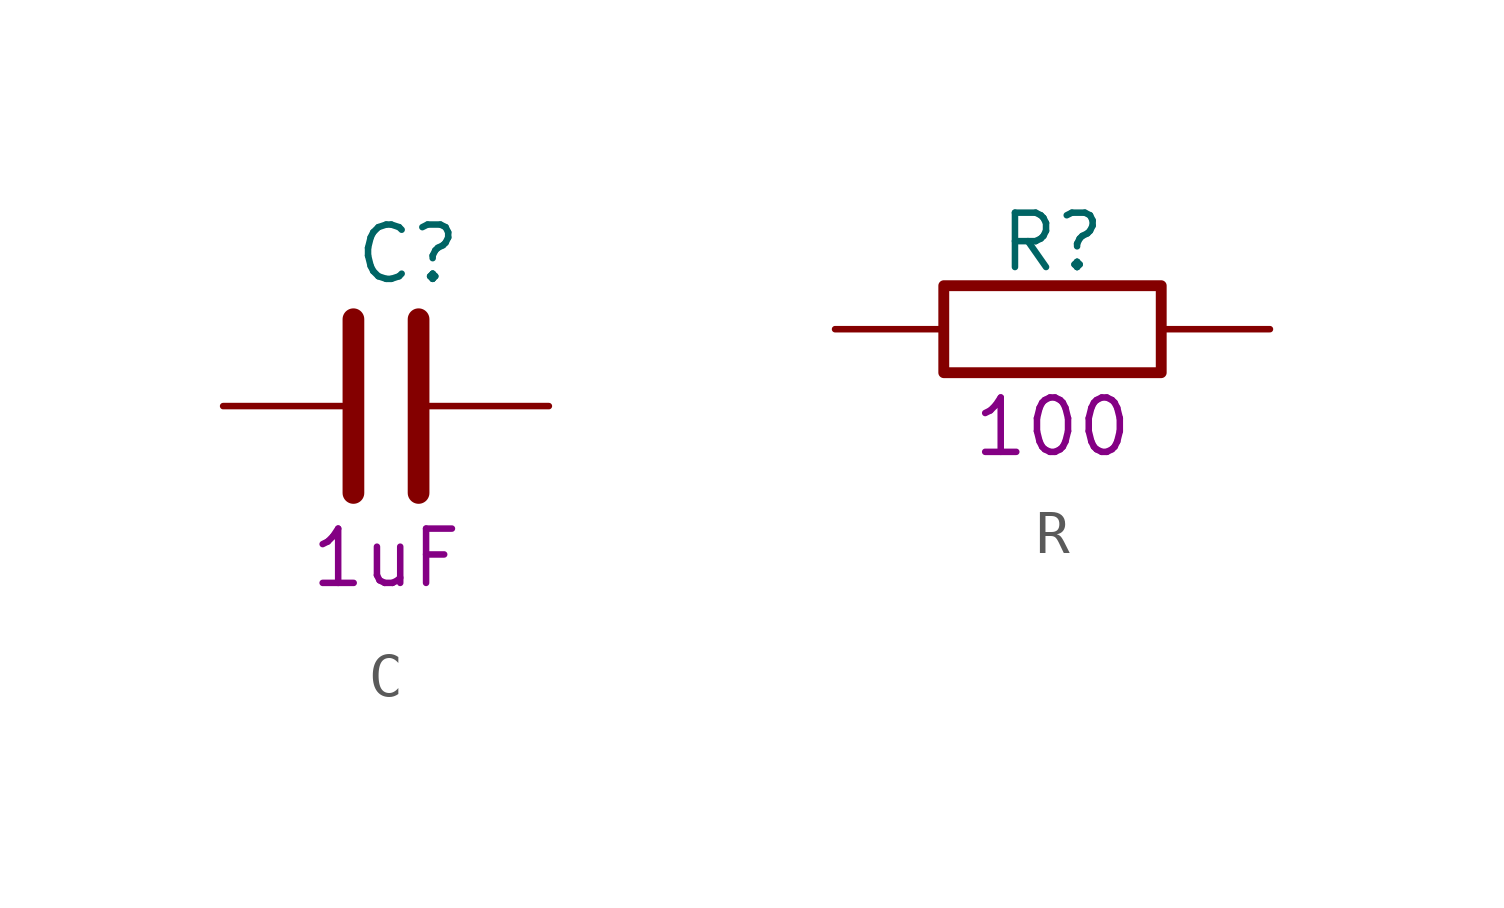
<source format=kicad_sym>
(kicad_symbol_lib
  (version 20241209)
  (generator "kicad_symbol_editor")
  (generator_version "9.0")
  (symbol "C"
    (pin_numbers
      (hide yes))
    (pin_names
      (offset 0.254))
    (property "Reference" "C"
      (at -0.762 3.556 0)
      (effects (font (size 1.27 1.27)) (justify left)))
    (property "C_VALUE" "1uF"
      (at 0 -3.556 0)
      (effects (font (size 1.27 1.27))))
    (property "C_TC1" "0.0"
      (at -5.334 -8.382 0)
      (show_name)
      (effects (font (size 1.27 1.27)) (justify left) (hide yes)))
    (property "C_TC2" "0.0"
      (at -5.334 -10.922 0)
      (show_name)
      (effects (font (size 1.27 1.27)) (justify left) (hide yes)))
    (property "C_IC" "0.0"
      (at -4.064 -5.842 0)
      (show_name)
      (effects (font (size 1.27 1.27)) (justify left) (hide yes)))
    (symbol "C_0_1"
      (polyline (pts (xy -0.762 -2.032) (xy -0.762 2.032)) (stroke (width 0.508) (type default)) (fill (type none)))
      (polyline (pts (xy 0.762 -2.032) (xy 0.762 2.032)) (stroke (width 0.508) (type default)) (fill (type none))))
    (symbol "C_1_1"
      (pin passive line (at -3.81 0 0) (length 2.794) (name "~" (effects (font (size 1.27 1.27)))) (number "1" (effects (font (size 1.27 1.27)))))
      (pin passive line (at 3.81 0 180) (length 2.794) (name "~" (effects (font (size 1.27 1.27)))) (number "2" (effects (font (size 1.27 1.27)))))))
  (symbol "R"
    (pin_numbers
      (hide yes))
    (pin_names
      (offset 0))
    (property "Reference" "R"
      (at 1.27 2.032 0)
      (do_not_autoplace)
      (effects (font (size 1.27 1.27))))
    (property "R_VALUE" "100"
      (at 1.27 -2.286 0)
      (do_not_autoplace)
      (effects (font (size 1.27 1.27))))
    (property "R_TC1" "0.0"
      (at 1.27 -4.826 0)
      (show_name)
      (do_not_autoplace)
      (effects (font (size 1.27 1.27)) (hide yes)))
    (property "R_TC2" "0.0"
      (at 1.27 -7.62 0)
      (show_name)
      (do_not_autoplace)
      (effects (font (size 1.27 1.27)) (hide yes)))
    (symbol "R_0_1"
      (rectangle (start 3.81 -1.016) (end -1.27 1.016) (stroke (width 0.254) (type default)) (fill (type none))))
    (symbol "R_1_1"
      (pin passive line (at -3.81 0 0) (length 2.54) (name "~" (effects (font (size 1.27 1.27)))) (number "1" (effects (font (size 1.27 1.27)))))
      (pin passive line (at 6.35 0 180) (length 2.54) (name "~" (effects (font (size 1.27 1.27)))) (number "2" (effects (font (size 1.27 1.27))))))))
</source>
